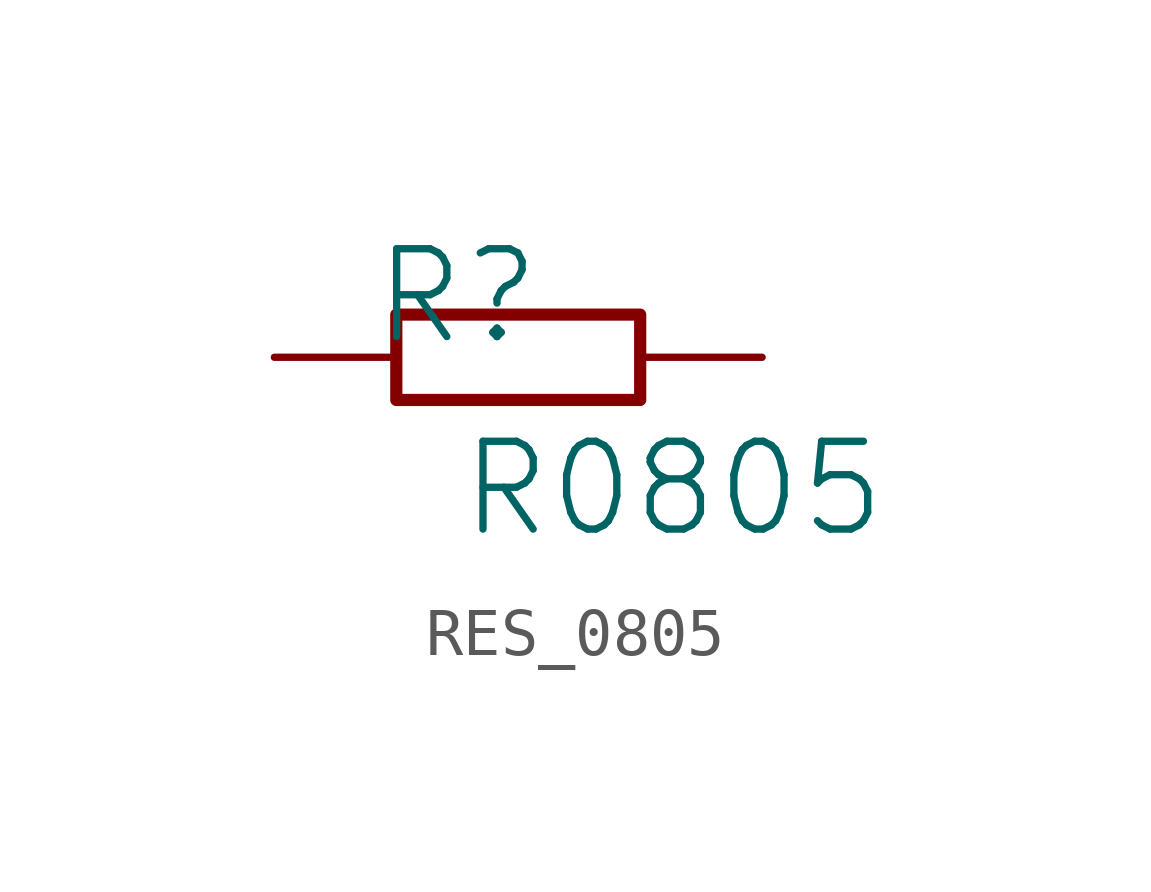
<source format=kicad_sym>
(kicad_symbol_lib
  (version 20231120)
  (generator "kicad_symbol_editor")
  (generator_version "8.0")
  (symbol "RES_0805"
    (property "Reference" "R"
      (at -1.27 1.27 0)
      (effects (font (size 1.829 1.829))))
    (property "Value" "R0805"
      (at -1.27 -3.81 0)
      (effects (font (size 1.829 1.829)) (justify left bottom)))
    (symbol "RES_0805_1_0"
      (polyline (pts (xy -2.54 0) (xy -2.54 0.889) (xy 2.54 0.889) (xy 2.54 -0.889) (xy -2.54 -0.889) (xy -2.54 0)) (stroke (width 0.254) (type solid)) (fill (type none)))
      (pin passive line (at -5.08 0 0) (length 2.54) (name "1" (effects (font (size 0 0)))) (number "1" (effects (font (size 0 0)))))
      (pin passive line (at 5.08 0 180) (length 2.54) (name "2" (effects (font (size 0 0)))) (number "2" (effects (font (size 0 0))))))))
</source>
